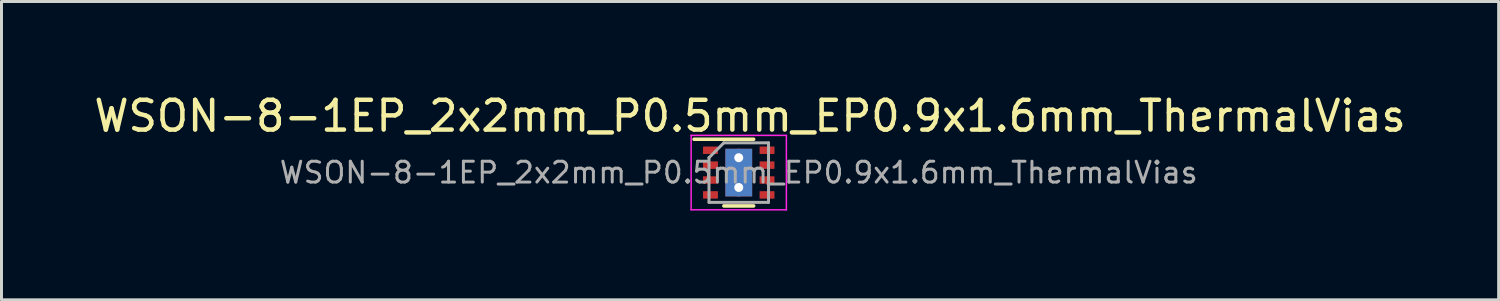
<source format=kicad_pcb>
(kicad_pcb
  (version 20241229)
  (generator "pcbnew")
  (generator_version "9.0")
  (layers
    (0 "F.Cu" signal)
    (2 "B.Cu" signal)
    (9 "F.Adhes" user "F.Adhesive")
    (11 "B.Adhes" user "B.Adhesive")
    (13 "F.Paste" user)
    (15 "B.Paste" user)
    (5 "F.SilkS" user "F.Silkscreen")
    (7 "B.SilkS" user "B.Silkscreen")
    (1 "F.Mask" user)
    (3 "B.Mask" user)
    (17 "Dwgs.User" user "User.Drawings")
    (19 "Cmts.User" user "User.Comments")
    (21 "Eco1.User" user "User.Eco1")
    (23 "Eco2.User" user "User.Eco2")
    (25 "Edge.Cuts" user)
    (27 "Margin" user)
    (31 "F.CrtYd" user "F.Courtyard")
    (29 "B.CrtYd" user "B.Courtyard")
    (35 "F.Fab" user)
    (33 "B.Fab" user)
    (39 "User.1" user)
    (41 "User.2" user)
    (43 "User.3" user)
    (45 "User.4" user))
  (footprint "WSON-8-1EP_2x2mm_P0.5mm_EP0.9x1.6mm_ThermalVias"
    (layer "F.Cu")
    (at 21.769 2.748)
    (property "Reference" "WSON-8-1EP_2x2mm_P0.5mm_EP0.9x1.6mm_ThermalVias" (at 0.38 -1.9 180) (layer "F.SilkS") (effects (font (size 1 1) (thickness 0.15))))
    (attr smd)
    (fp_line (start -1.5 -1.12) (end 0.5 -1.12) (stroke (width 0.12) (type solid)) (layer "F.SilkS"))
    (fp_line (start 0.5 1.12) (end -0.5 1.12) (stroke (width 0.12) (type solid)) (layer "F.SilkS"))
    (fp_line (start -1.6 -1.25) (end -1.6 1.25) (stroke (width 0.05) (type solid)) (layer "F.CrtYd"))
    (fp_line (start -1.6 -1.25) (end 1.6 -1.25) (stroke (width 0.05) (type solid)) (layer "F.CrtYd"))
    (fp_line (start -1.6 1.25) (end 1.6 1.25) (stroke (width 0.05) (type solid)) (layer "F.CrtYd"))
    (fp_line (start 1.6 -1.25) (end 1.6 1.25) (stroke (width 0.05) (type solid)) (layer "F.CrtYd"))
    (fp_line (start -1 1) (end -1 -0.5) (stroke (width 0.1) (type solid)) (layer "F.Fab"))
    (fp_line (start -0.5 -1) (end -1 -0.5) (stroke (width 0.1) (type solid)) (layer "F.Fab"))
    (fp_line (start -0.5 -1) (end 1 -1) (stroke (width 0.1) (type solid)) (layer "F.Fab"))
    (fp_line (start 1 -1) (end 1 1) (stroke (width 0.1) (type solid)) (layer "F.Fab"))
    (fp_line (start 1 1) (end -1 1) (stroke (width 0.1) (type solid)) (layer "F.Fab"))
    (fp_text user "${REFERENCE}" (at 0 0 180) (layer "F.Fab") (effects (font (size 0.7 0.7) (thickness 0.1))))
    (pad "" smd rect (at 0 -0.4) (size 0.75 0.65) (layers "F.Paste"))
    (pad "" smd rect (at 0 0.4) (size 0.75 0.65) (layers "F.Paste"))
    (pad "1" smd rect (at -0.95 -0.75) (size 0.5 0.25) (layers "F.Cu" "F.Mask" "F.Paste"))
    (pad "2" smd rect (at -0.95 -0.25) (size 0.5 0.25) (layers "F.Cu" "F.Mask" "F.Paste"))
    (pad "3" smd rect (at -0.95 0.25) (size 0.5 0.25) (layers "F.Cu" "F.Mask" "F.Paste"))
    (pad "4" smd rect (at -0.95 0.75) (size 0.5 0.25) (layers "F.Cu" "F.Mask" "F.Paste"))
    (pad "5" smd rect (at 0.95 0.75) (size 0.5 0.25) (layers "F.Cu" "F.Mask" "F.Paste"))
    (pad "6" smd rect (at 0.95 0.25) (size 0.5 0.25) (layers "F.Cu" "F.Mask" "F.Paste"))
    (pad "7" smd rect (at 0.95 -0.25) (size 0.5 0.25) (layers "F.Cu" "F.Mask" "F.Paste"))
    (pad "8" smd rect (at 0.95 -0.75) (size 0.5 0.25) (layers "F.Cu" "F.Mask" "F.Paste"))
    (pad "9" thru_hole circle (at 0 -0.5) (size 0.6 0.6) (drill 0.3) (layers "*.Cu"))
    (pad "9" smd rect (at 0 0) (size 0.9 1.6) (layers "F.Cu" "F.Mask"))
    (pad "9" smd rect (at 0 0) (size 0.9 1.6) (layers "B.Cu"))
    (pad "9" thru_hole circle (at 0 0.5) (size 0.6 0.6) (drill 0.3) (layers "*.Cu")))
  (gr_rect
    (start -3 -3)
    (end 47.298 7.023)
    (stroke (width 0.1) (type default))
    (fill no)
    (layer "Edge.Cuts")))
</source>
